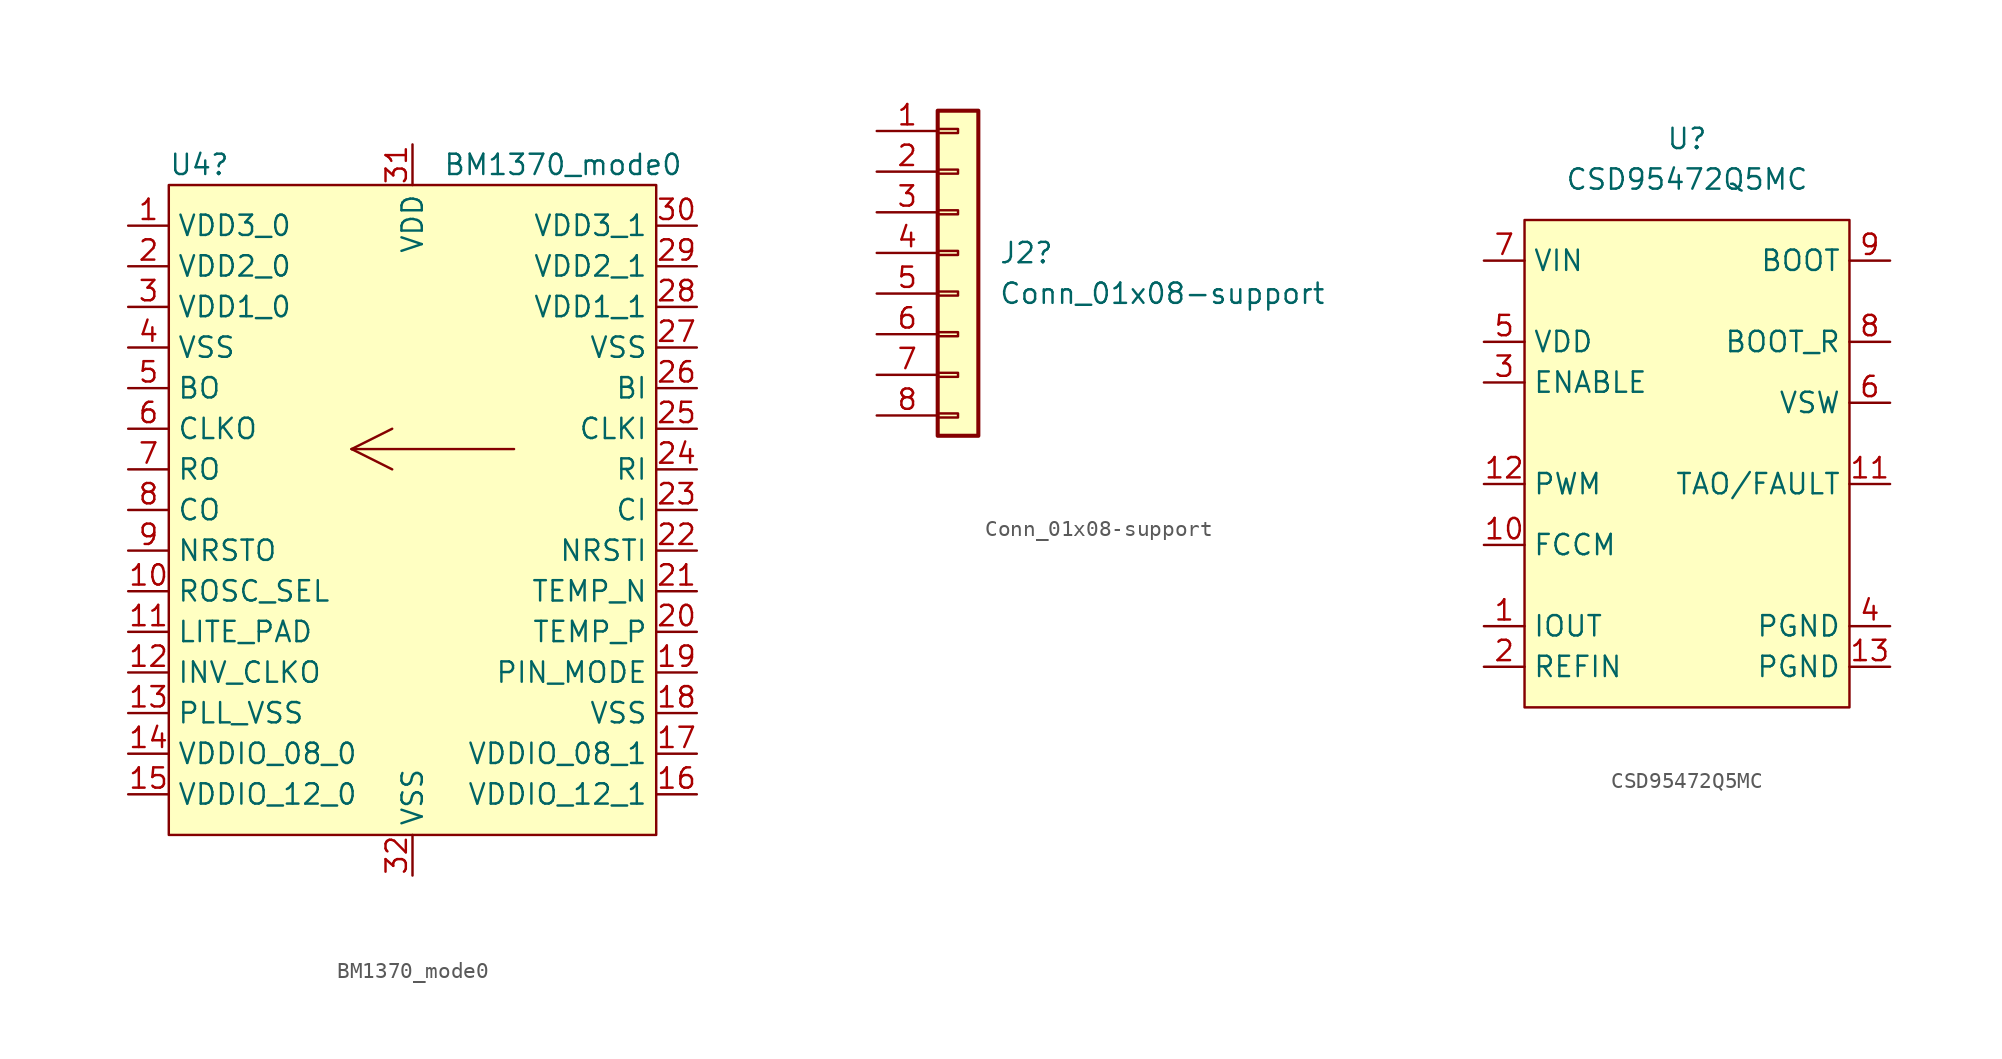
<source format=kicad_sym>
(kicad_symbol_lib
  (version 20241209)
  (generator "kicad_symbol_editor")
  (generator_version "9.0")
  (symbol "BM1370_mode0"
    (property "Reference" "U4"
      (at -15.24 21.59 0)
      (effects (font (size 1.27 1.27)) (justify left)))
    (property "Value" "BM1370_mode0"
      (at 1.905 21.59 0)
      (effects (font (size 1.27 1.27)) (justify left)))
    (symbol "BM1370_mode0_0_1"
      (rectangle (start -15.24 20.32) (end 15.24 -20.32) (stroke (width 0) (type default)) (fill (type background)))
      (polyline (pts (xy -1.27 5.08) (xy -3.81 3.81)) (stroke (width 0) (type default)) (fill (type none)))
      (polyline (pts (xy -1.27 2.54) (xy -3.81 3.81)) (stroke (width 0) (type default)) (fill (type none)))
      (polyline (pts (xy 6.35 3.81) (xy -3.81 3.81)) (stroke (width 0) (type default)) (fill (type none))))
    (symbol "BM1370_mode0_1_1"
      (pin power_in line (at -17.78 17.78 0) (length 2.54) (name "VDD3_0" (effects (font (size 1.27 1.27)))) (number "1" (effects (font (size 1.27 1.27)))))
      (pin power_in line (at -17.78 15.24 0) (length 2.54) (name "VDD2_0" (effects (font (size 1.27 1.27)))) (number "2" (effects (font (size 1.27 1.27)))))
      (pin power_in line (at -17.78 12.7 0) (length 2.54) (name "VDD1_0" (effects (font (size 1.27 1.27)))) (number "3" (effects (font (size 1.27 1.27)))))
      (pin power_in line (at -17.78 10.16 0) (length 2.54) (name "VSS" (effects (font (size 1.27 1.27)))) (number "4" (effects (font (size 1.27 1.27)))))
      (pin output line (at -17.78 7.62 0) (length 2.54) (name "BO" (effects (font (size 1.27 1.27)))) (number "5" (effects (font (size 1.27 1.27)))))
      (pin output line (at -17.78 5.08 0) (length 2.54) (name "CLKO" (effects (font (size 1.27 1.27)))) (number "6" (effects (font (size 1.27 1.27)))))
      (pin output line (at -17.78 2.54 0) (length 2.54) (name "RO" (effects (font (size 1.27 1.27)))) (number "7" (effects (font (size 1.27 1.27)))))
      (pin output line (at -17.78 0 0) (length 2.54) (name "CO" (effects (font (size 1.27 1.27)))) (number "8" (effects (font (size 1.27 1.27)))))
      (pin output line (at -17.78 -2.54 0) (length 2.54) (name "NRSTO" (effects (font (size 1.27 1.27)))) (number "9" (effects (font (size 1.27 1.27)))))
      (pin unspecified line (at -17.78 -5.08 0) (length 2.54) (name "ROSC_SEL" (effects (font (size 1.27 1.27)))) (number "10" (effects (font (size 1.27 1.27)))))
      (pin unspecified line (at -17.78 -7.62 0) (length 2.54) (name "LITE_PAD" (effects (font (size 1.27 1.27)))) (number "11" (effects (font (size 1.27 1.27)))))
      (pin unspecified line (at -17.78 -10.16 0) (length 2.54) (name "INV_CLKO" (effects (font (size 1.27 1.27)))) (number "12" (effects (font (size 1.27 1.27)))))
      (pin power_in line (at -17.78 -12.7 0) (length 2.54) (name "PLL_VSS" (effects (font (size 1.27 1.27)))) (number "13" (effects (font (size 1.27 1.27)))))
      (pin power_in line (at -17.78 -15.24 0) (length 2.54) (name "VDDIO_08_0" (effects (font (size 1.27 1.27)))) (number "14" (effects (font (size 1.27 1.27)))))
      (pin power_in line (at -17.78 -17.78 0) (length 2.54) (name "VDDIO_12_0" (effects (font (size 1.27 1.27)))) (number "15" (effects (font (size 1.27 1.27)))))
      (pin power_in line (at 0 22.86 270) (length 2.54) (name "VDD" (effects (font (size 1.27 1.27)))) (number "31" (effects (font (size 1.27 1.27)))))
      (pin power_in line (at 0 -22.86 90) (length 2.54) (name "VSS" (effects (font (size 1.27 1.27)))) (number "32" (effects (font (size 1.27 1.27)))))
      (pin power_in line (at 17.78 17.78 180) (length 2.54) (name "VDD3_1" (effects (font (size 1.27 1.27)))) (number "30" (effects (font (size 1.27 1.27)))))
      (pin power_in line (at 17.78 15.24 180) (length 2.54) (name "VDD2_1" (effects (font (size 1.27 1.27)))) (number "29" (effects (font (size 1.27 1.27)))))
      (pin power_in line (at 17.78 12.7 180) (length 2.54) (name "VDD1_1" (effects (font (size 1.27 1.27)))) (number "28" (effects (font (size 1.27 1.27)))))
      (pin power_in line (at 17.78 10.16 180) (length 2.54) (name "VSS" (effects (font (size 1.27 1.27)))) (number "27" (effects (font (size 1.27 1.27)))))
      (pin input line (at 17.78 7.62 180) (length 2.54) (name "BI" (effects (font (size 1.27 1.27)))) (number "26" (effects (font (size 1.27 1.27)))))
      (pin input line (at 17.78 5.08 180) (length 2.54) (name "CLKI" (effects (font (size 1.27 1.27)))) (number "25" (effects (font (size 1.27 1.27)))))
      (pin input line (at 17.78 2.54 180) (length 2.54) (name "RI" (effects (font (size 1.27 1.27)))) (number "24" (effects (font (size 1.27 1.27)))))
      (pin input line (at 17.78 0 180) (length 2.54) (name "CI" (effects (font (size 1.27 1.27)))) (number "23" (effects (font (size 1.27 1.27)))))
      (pin input line (at 17.78 -2.54 180) (length 2.54) (name "NRSTI" (effects (font (size 1.27 1.27)))) (number "22" (effects (font (size 1.27 1.27)))))
      (pin unspecified line (at 17.78 -5.08 180) (length 2.54) (name "TEMP_N" (effects (font (size 1.27 1.27)))) (number "21" (effects (font (size 1.27 1.27)))))
      (pin unspecified line (at 17.78 -7.62 180) (length 2.54) (name "TEMP_P" (effects (font (size 1.27 1.27)))) (number "20" (effects (font (size 1.27 1.27)))))
      (pin input line (at 17.78 -10.16 180) (length 2.54) (name "PIN_MODE" (effects (font (size 1.27 1.27)))) (number "19" (effects (font (size 1.27 1.27)))))
      (pin power_in line (at 17.78 -12.7 180) (length 2.54) (name "VSS" (effects (font (size 1.27 1.27)))) (number "18" (effects (font (size 1.27 1.27)))))
      (pin power_in line (at 17.78 -15.24 180) (length 2.54) (name "VDDIO_08_1" (effects (font (size 1.27 1.27)))) (number "17" (effects (font (size 1.27 1.27)))))
      (pin power_in line (at 17.78 -17.78 180) (length 2.54) (name "VDDIO_12_1" (effects (font (size 1.27 1.27)))) (number "16" (effects (font (size 1.27 1.27)))))))
  (symbol "Conn_01x08-support"
    (pin_names
      (offset 1.016)
      (hide yes))
    (property "Reference" "J2"
      (at 2.54 0.0001 0)
      (effects (font (size 1.27 1.27)) (justify left)))
    (property "Value" "Conn_01x08-support"
      (at 2.54 -2.54 0)
      (effects (font (size 1.27 1.27)) (justify left)))
    (symbol "Conn_01x08-support_1_1"
      (rectangle (start -1.27 8.89) (end 1.27 -11.43) (stroke (width 0.254) (type default)) (fill (type background)))
      (rectangle (start -1.27 7.747) (end 0 7.493) (stroke (width 0.152) (type default)) (fill (type none)))
      (rectangle (start -1.27 5.207) (end 0 4.953) (stroke (width 0.152) (type default)) (fill (type none)))
      (rectangle (start -1.27 2.667) (end 0 2.413) (stroke (width 0.152) (type default)) (fill (type none)))
      (rectangle (start -1.27 0.127) (end 0 -0.127) (stroke (width 0.152) (type default)) (fill (type none)))
      (rectangle (start -1.27 -2.413) (end 0 -2.667) (stroke (width 0.152) (type default)) (fill (type none)))
      (rectangle (start -1.27 -4.953) (end 0 -5.207) (stroke (width 0.152) (type default)) (fill (type none)))
      (rectangle (start -1.27 -7.493) (end 0 -7.747) (stroke (width 0.152) (type default)) (fill (type none)))
      (rectangle (start -1.27 -10.033) (end 0 -10.287) (stroke (width 0.152) (type default)) (fill (type none)))
      (pin passive line (at -5.08 7.62 0) (length 3.81) (name "Pin_1" (effects (font (size 1.27 1.27)))) (number "1" (effects (font (size 1.27 1.27)))))
      (pin passive line (at -5.08 5.08 0) (length 3.81) (name "Pin_2" (effects (font (size 1.27 1.27)))) (number "2" (effects (font (size 1.27 1.27)))))
      (pin passive line (at -5.08 2.54 0) (length 3.81) (name "Pin_3" (effects (font (size 1.27 1.27)))) (number "3" (effects (font (size 1.27 1.27)))))
      (pin passive line (at -5.08 0 0) (length 3.81) (name "Pin_4" (effects (font (size 1.27 1.27)))) (number "4" (effects (font (size 1.27 1.27)))))
      (pin passive line (at -5.08 -2.54 0) (length 3.81) (name "Pin_5" (effects (font (size 1.27 1.27)))) (number "5" (effects (font (size 1.27 1.27)))))
      (pin passive line (at -5.08 -5.08 0) (length 3.81) (name "Pin_6" (effects (font (size 1.27 1.27)))) (number "6" (effects (font (size 1.27 1.27)))))
      (pin passive line (at -5.08 -7.62 0) (length 3.81) (name "Pin_7" (effects (font (size 1.27 1.27)))) (number "7" (effects (font (size 1.27 1.27)))))
      (pin passive line (at -5.08 -10.16 0) (length 3.81) (name "Pin_8" (effects (font (size 1.27 1.27)))) (number "8" (effects (font (size 1.27 1.27)))))
      (pin no_connect line (at -1.27 -13.97 0) (length 2.54) (hide yes) (name "NC" (effects (font (size 1.27 1.27)))) (number "10" (effects (font (size 1.27 1.27)))))
      (pin no_connect line (at -1.27 -13.97 0) (length 2.54) (hide yes) (name "NC" (effects (font (size 1.27 1.27)))) (number "9" (effects (font (size 1.27 1.27)))))))
  (symbol "CSD95472Q5MC"
    (property "Reference" "U"
      (at 0 20.32 0)
      (effects (font (size 1.27 1.27))))
    (property "Value" "CSD95472Q5MC"
      (at 0 17.78 0)
      (effects (font (size 1.27 1.27))))
    (symbol "CSD95472Q5MC_1_1"
      (rectangle (start -10.16 15.24) (end 10.16 -15.24) (stroke (width 0) (type default)) (fill (type background)))
      (pin power_in line (at -12.7 12.7 0) (length 2.54) (name "VIN" (effects (font (size 1.27 1.27)))) (number "7" (effects (font (size 1.27 1.27)))))
      (pin power_in line (at -12.7 7.62 0) (length 2.54) (name "VDD" (effects (font (size 1.27 1.27)))) (number "5" (effects (font (size 1.27 1.27)))))
      (pin input line (at -12.7 5.08 0) (length 2.54) (name "ENABLE" (effects (font (size 1.27 1.27)))) (number "3" (effects (font (size 1.27 1.27)))))
      (pin input line (at -12.7 -1.27 0) (length 2.54) (name "PWM" (effects (font (size 1.27 1.27)))) (number "12" (effects (font (size 1.27 1.27)))))
      (pin input line (at -12.7 -5.08 0) (length 2.54) (name "FCCM" (effects (font (size 1.27 1.27)))) (number "10" (effects (font (size 1.27 1.27)))))
      (pin output line (at -12.7 -10.16 0) (length 2.54) (name "IOUT" (effects (font (size 1.27 1.27)))) (number "1" (effects (font (size 1.27 1.27)))))
      (pin input line (at -12.7 -12.7 0) (length 2.54) (name "REFIN" (effects (font (size 1.27 1.27)))) (number "2" (effects (font (size 1.27 1.27)))))
      (pin output line (at 12.7 12.7 180) (length 2.54) (name "BOOT" (effects (font (size 1.27 1.27)))) (number "9" (effects (font (size 1.27 1.27)))))
      (pin input line (at 12.7 7.62 180) (length 2.54) (name "BOOT_R" (effects (font (size 1.27 1.27)))) (number "8" (effects (font (size 1.27 1.27)))))
      (pin output line (at 12.7 3.81 180) (length 2.54) (name "VSW" (effects (font (size 1.27 1.27)))) (number "6" (effects (font (size 1.27 1.27)))))
      (pin passive line (at 12.7 -1.27 180) (length 2.54) (name "TAO/FAULT" (effects (font (size 1.27 1.27)))) (number "11" (effects (font (size 1.27 1.27)))))
      (pin passive line (at 12.7 -10.16 180) (length 2.54) (name "PGND" (effects (font (size 1.27 1.27)))) (number "4" (effects (font (size 1.27 1.27)))))
      (pin passive line (at 12.7 -12.7 180) (length 2.54) (name "PGND" (effects (font (size 1.27 1.27)))) (number "13" (effects (font (size 1.27 1.27))))))))
</source>
